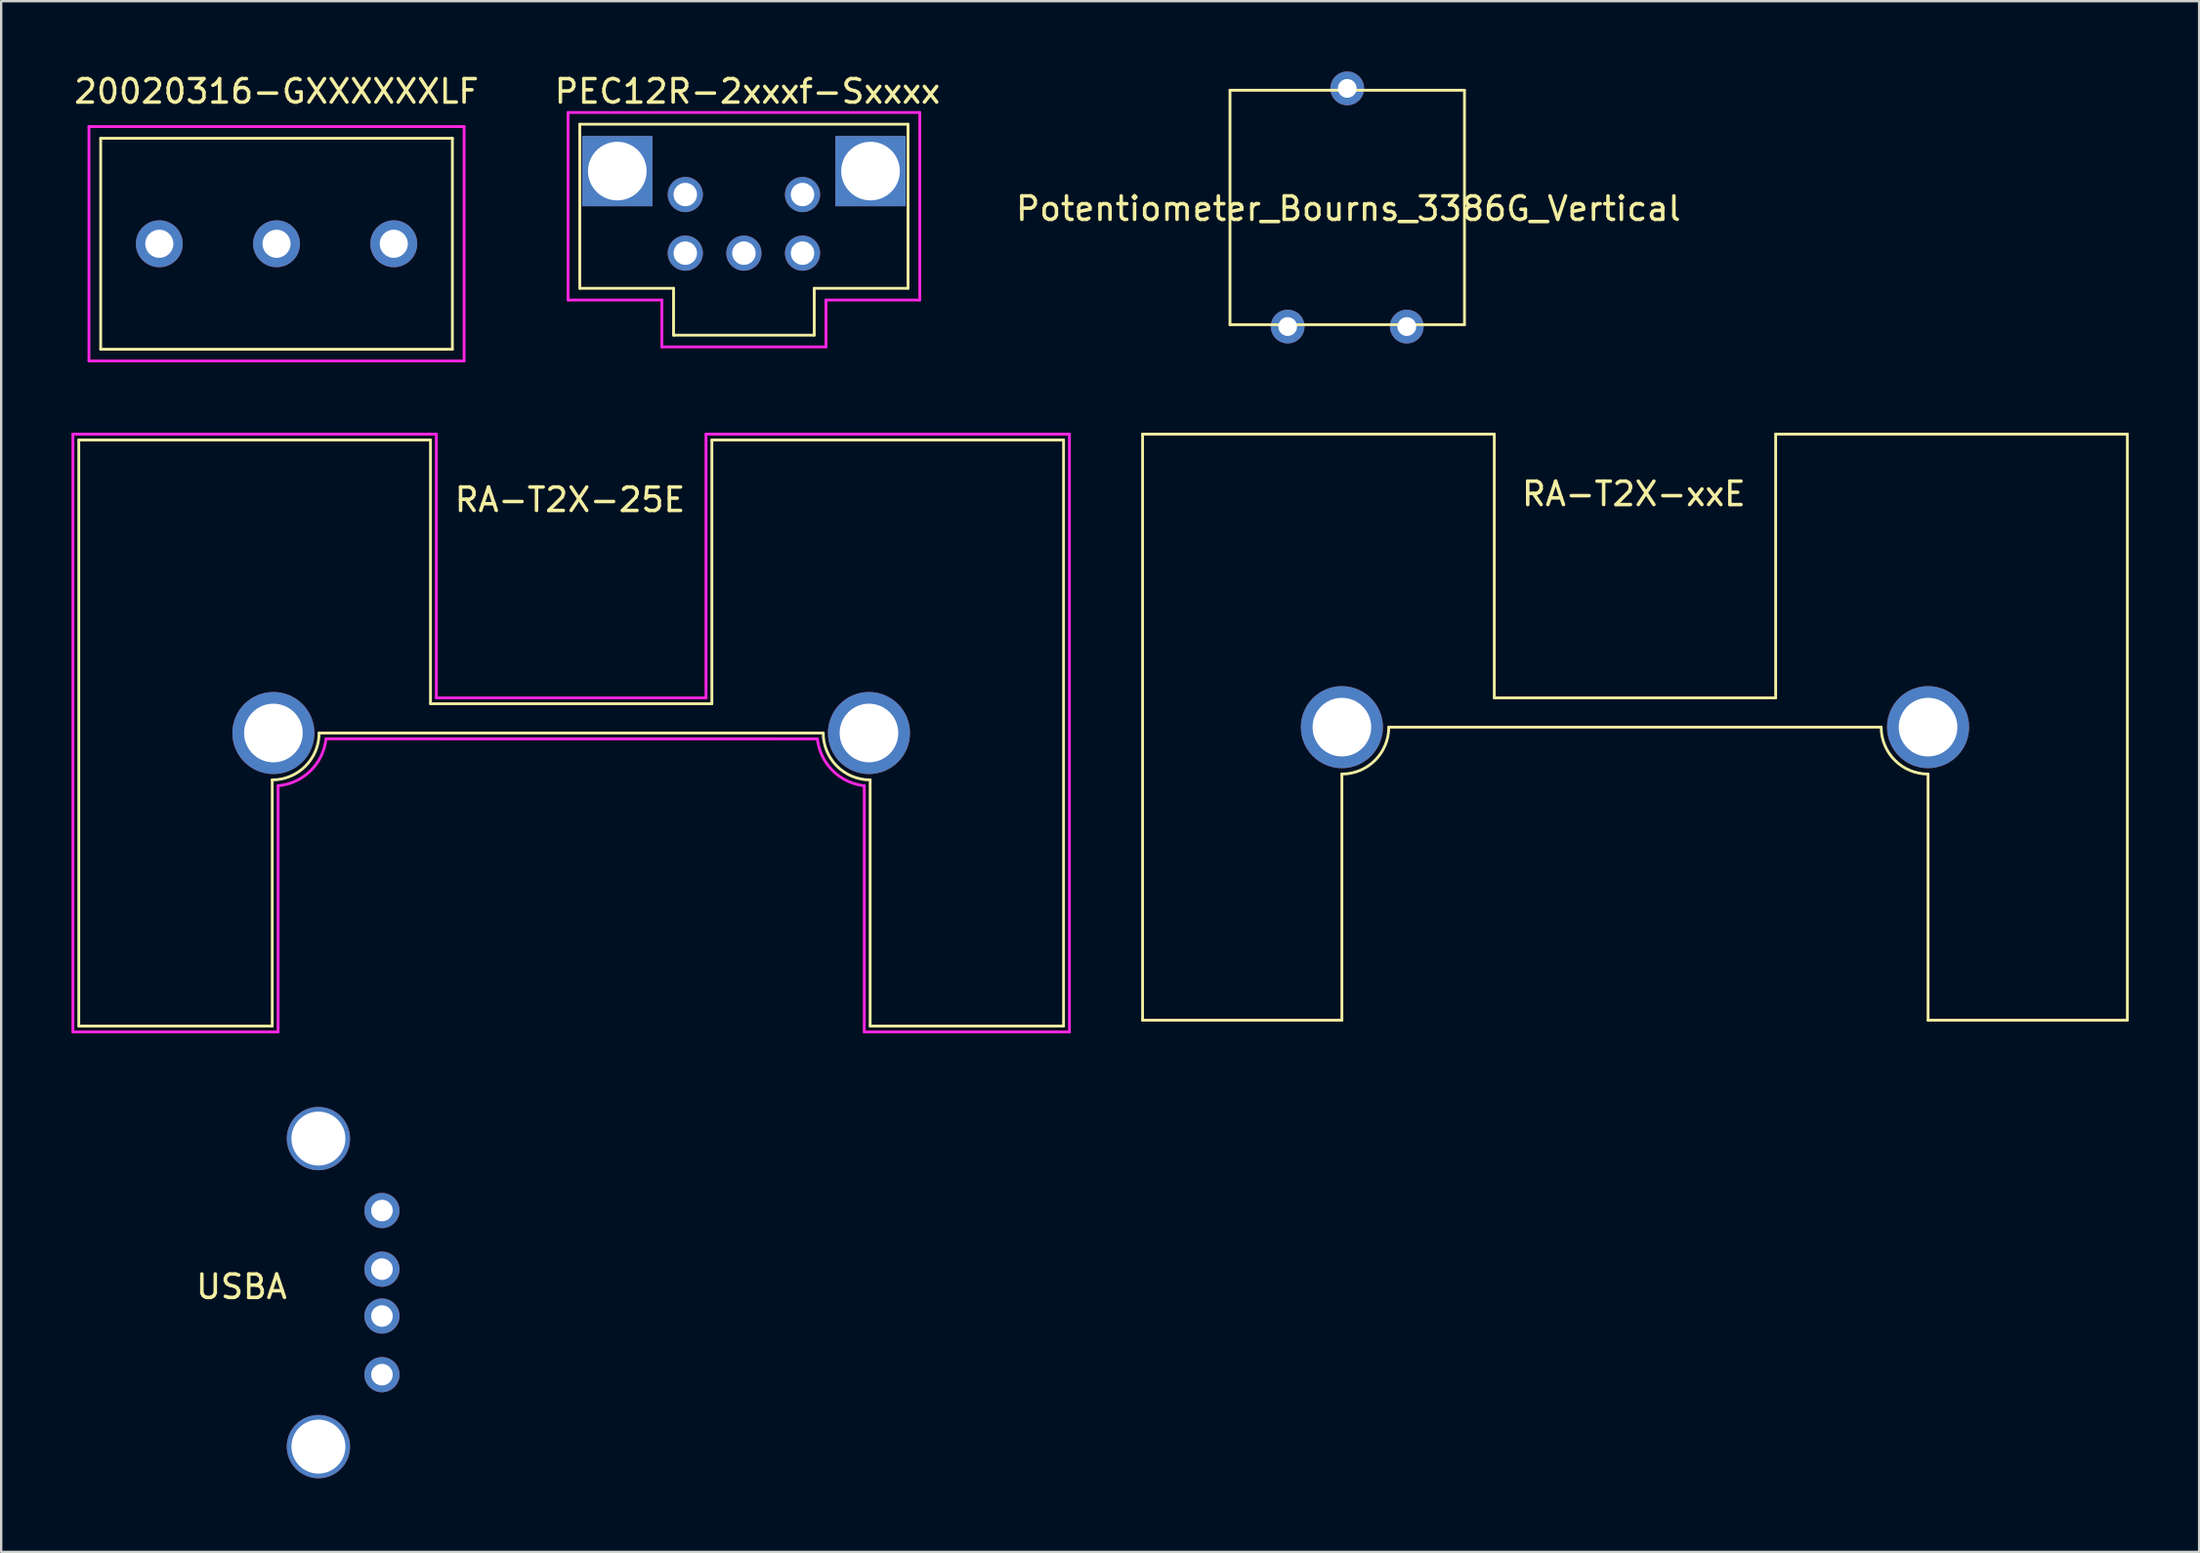
<source format=kicad_pcb>
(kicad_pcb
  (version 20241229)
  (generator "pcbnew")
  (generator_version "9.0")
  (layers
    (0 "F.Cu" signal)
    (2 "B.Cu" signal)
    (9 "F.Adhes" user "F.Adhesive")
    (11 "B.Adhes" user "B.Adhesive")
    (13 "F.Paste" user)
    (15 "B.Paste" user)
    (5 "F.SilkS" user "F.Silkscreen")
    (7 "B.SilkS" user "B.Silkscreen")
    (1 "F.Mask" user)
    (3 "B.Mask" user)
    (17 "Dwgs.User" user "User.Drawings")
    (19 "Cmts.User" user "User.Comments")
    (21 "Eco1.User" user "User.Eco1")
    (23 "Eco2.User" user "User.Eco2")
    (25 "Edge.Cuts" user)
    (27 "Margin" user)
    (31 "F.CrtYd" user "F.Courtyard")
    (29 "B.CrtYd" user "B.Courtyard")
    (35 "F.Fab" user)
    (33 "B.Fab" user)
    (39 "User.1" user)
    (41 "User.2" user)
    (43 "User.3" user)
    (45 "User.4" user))
  (footprint "Potentiometer_Bourns_3386G_Vertical"
    (layer "F.Cu")
    (at 54.408 5.8)
    (property "Reference" "Potentiometer_Bourns_3386G_Vertical" (at 0.05 0.05 0) (layer "F.SilkS") (effects (font (size 1 1) (thickness 0.15))))
    (attr through_hole)
    (fp_line (start -5 -5) (end -5 5) (stroke (width 0.12) (type solid)) (layer "F.SilkS"))
    (fp_line (start -5 -5) (end 5 -5) (stroke (width 0.12) (type solid)) (layer "F.SilkS"))
    (fp_line (start -5 5) (end 5 5) (stroke (width 0.12) (type solid)) (layer "F.SilkS"))
    (fp_line (start 5 -5) (end 5 5) (stroke (width 0.12) (type solid)) (layer "F.SilkS"))
    (pad "1" thru_hole circle (at -2.54 5.08) (size 1.44 1.44) (drill 0.8) (layers "*.Cu" "*.Mask"))
    (pad "2" thru_hole circle (at 0 -5.08) (size 1.44 1.44) (drill 0.8) (layers "*.Cu" "*.Mask"))
    (pad "3" thru_hole circle (at 2.54 5.08) (size 1.44 1.44) (drill 0.8) (layers "*.Cu" "*.Mask")))
  (footprint "PEC12R-2xxxf-Sxxxx"
    (layer "F.Cu")
    (at 28.677 4.248)
    (property "Reference" "PEC12R-2xxxf-Sxxxx" (at 0.15 -3.4 0) (layer "F.SilkS") (effects (font (size 1 1) (thickness 0.15))))
    (attr through_hole)
    (fp_line (start -7 -2) (end -7 5) (stroke (width 0.12) (type solid)) (layer "F.SilkS"))
    (fp_line (start -7 5) (end -3 5) (stroke (width 0.12) (type solid)) (layer "F.SilkS"))
    (fp_line (start -3 5) (end -3 7) (stroke (width 0.12) (type solid)) (layer "F.SilkS"))
    (fp_line (start -3 7) (end 3 7) (stroke (width 0.12) (type solid)) (layer "F.SilkS"))
    (fp_line (start 3 5) (end 7 5) (stroke (width 0.12) (type solid)) (layer "F.SilkS"))
    (fp_line (start 3 7) (end 3 5) (stroke (width 0.12) (type solid)) (layer "F.SilkS"))
    (fp_line (start 7 -2) (end -7 -2) (stroke (width 0.12) (type solid)) (layer "F.SilkS"))
    (fp_line (start 7 5) (end 7 -2) (stroke (width 0.12) (type solid)) (layer "F.SilkS"))
    (fp_line (start -7.5 -2.5) (end 7.5 -2.5) (stroke (width 0.12) (type solid)) (layer "F.CrtYd"))
    (fp_line (start -7.5 5.5) (end -7.5 -2.5) (stroke (width 0.12) (type solid)) (layer "F.CrtYd"))
    (fp_line (start -3.5 5.5) (end -7.5 5.5) (stroke (width 0.12) (type solid)) (layer "F.CrtYd"))
    (fp_line (start -3.5 7.5) (end -3.5 5.5) (stroke (width 0.12) (type solid)) (layer "F.CrtYd"))
    (fp_line (start 3.5 5.5) (end 3.5 7.5) (stroke (width 0.12) (type solid)) (layer "F.CrtYd"))
    (fp_line (start 3.5 7.5) (end -3.5 7.5) (stroke (width 0.12) (type solid)) (layer "F.CrtYd"))
    (fp_line (start 7.5 -2.5) (end 7.5 5.5) (stroke (width 0.12) (type solid)) (layer "F.CrtYd"))
    (fp_line (start 7.5 5.5) (end 3.5 5.5) (stroke (width 0.12) (type solid)) (layer "F.CrtYd"))
    (pad "" thru_hole rect (at -5.4 0) (size 3 3) (drill 2.5) (layers "*.Cu" "*.Mask"))
    (pad "" thru_hole rect (at 5.4 0) (size 3 3) (drill 2.5) (layers "*.Cu" "*.Mask"))
    (pad "A" thru_hole circle (at -2.5 3.5) (size 1.5 1.5) (drill 1) (layers "*.Cu" "*.Mask"))
    (pad "B" thru_hole circle (at 2.5 3.5) (size 1.5 1.5) (drill 1) (layers "*.Cu" "*.Mask"))
    (pad "C" thru_hole circle (at 0 3.5) (size 1.5 1.5) (drill 1) (layers "*.Cu" "*.Mask"))
    (pad "S1" thru_hole circle (at -2.5 1) (size 1.5 1.5) (drill 1) (layers "*.Cu" "*.Mask"))
    (pad "S2" thru_hole circle (at 2.5 1) (size 1.5 1.5) (drill 1) (layers "*.Cu" "*.Mask")))
  (footprint "20020316-GXXXXXXLF"
    (layer "F.Cu")
    (at 8.744 7.348)
    (property "Reference" "20020316-GXXXXXXLF" (at 0 -6.5 0) (layer "F.SilkS") (effects (font (size 1 1) (thickness 0.15))))
    (attr through_hole)
    (fp_line (start -7.5 -4.5) (end -7.5 4.5) (stroke (width 0.12) (type solid)) (layer "F.SilkS"))
    (fp_line (start -7.5 4.5) (end 7.5 4.5) (stroke (width 0.12) (type solid)) (layer "F.SilkS"))
    (fp_line (start 7.5 -4.5) (end -7.5 -4.5) (stroke (width 0.12) (type solid)) (layer "F.SilkS"))
    (fp_line (start 7.5 4.5) (end 7.5 -4.5) (stroke (width 0.12) (type solid)) (layer "F.SilkS"))
    (fp_line (start -8 -5) (end -8 5) (stroke (width 0.12) (type solid)) (layer "F.CrtYd"))
    (fp_line (start -8 5) (end 8 5) (stroke (width 0.12) (type solid)) (layer "F.CrtYd"))
    (fp_line (start 8 -5) (end -8 -5) (stroke (width 0.12) (type solid)) (layer "F.CrtYd"))
    (fp_line (start 8 5) (end 8 -5) (stroke (width 0.12) (type solid)) (layer "F.CrtYd"))
    (pad "1" thru_hole circle (at -5 0) (size 2 2) (drill 1.2) (layers "*.Cu" "*.Mask"))
    (pad "2" thru_hole circle (at 0 0) (size 2 2) (drill 1.2) (layers "*.Cu" "*.Mask"))
    (pad "3" thru_hole circle (at 5 0) (size 2 2) (drill 1.2) (layers "*.Cu" "*.Mask")))
  (footprint "USBA"
    (layer "F.Cu")
    (at 0.25 52.088)
    (property "Reference" "USBA" (at 7 -0.25 0) (layer "F.SilkS") (effects (font (size 1 1) (thickness 0.15))))
    (attr through_hole)
    (fp_line (start 0 -8) (end 0 8) (stroke (width 0.12) (type solid)) (layer "F.Mask"))
    (fp_line (start 0 8) (end 14.5 8) (stroke (width 0.12) (type solid)) (layer "F.Mask"))
    (fp_line (start 14.5 -8) (end 0 -8) (stroke (width 0.12) (type solid)) (layer "F.Mask"))
    (fp_line (start 14.5 -8) (end 14.5 8) (stroke (width 0.12) (type solid)) (layer "F.Mask"))
    (pad "1" thru_hole circle (at 12.99 -3.5) (size 1.5 1.5) (drill 0.92) (layers "*.Cu" "*.Mask"))
    (pad "2" thru_hole circle (at 12.99 -1) (size 1.5 1.5) (drill 0.92) (layers "*.Cu" "*.Mask"))
    (pad "3" thru_hole circle (at 12.99 1) (size 1.5 1.5) (drill 0.92) (layers "*.Cu" "*.Mask"))
    (pad "4" thru_hole circle (at 12.99 3.5) (size 1.5 1.5) (drill 0.92) (layers "*.Cu" "*.Mask"))
    (pad "5" thru_hole circle (at 10.28 -6.57) (size 2.7 2.7) (drill 2.3) (layers "*.Cu" "*.Mask"))
    (pad "5" thru_hole circle (at 10.28 6.57) (size 2.7 2.7) (drill 2.3) (layers "*.Cu" "*.Mask")))
  (footprint "RA-T2X-xxE"
    (layer "F.Cu")
    (at 66.68 27.968)
    (property "Reference" "RA-T2X-xxE" (at -0.05 -9.95 0) (layer "F.SilkS") (effects (font (size 1 1) (thickness 0.15))))
    (attr through_hole)
    (fp_line (start -21 -12.5) (end -21 12.5) (stroke (width 0.12) (type solid)) (layer "F.SilkS"))
    (fp_line (start -21 -12.5) (end -6 -12.5) (stroke (width 0.12) (type solid)) (layer "F.SilkS"))
    (fp_line (start -21 12.5) (end -12.5 12.5) (stroke (width 0.12) (type solid)) (layer "F.SilkS"))
    (fp_line (start -12.5 12.5) (end -12.5 2) (stroke (width 0.12) (type solid)) (layer "F.SilkS"))
    (fp_line (start -10.5 0) (end 10.5 0) (stroke (width 0.12) (type solid)) (layer "F.SilkS"))
    (fp_line (start -6 -12.5) (end -6 -1.25) (stroke (width 0.12) (type solid)) (layer "F.SilkS"))
    (fp_line (start -6 -1.25) (end 6 -1.25) (stroke (width 0.12) (type solid)) (layer "F.SilkS"))
    (fp_line (start 6 -12.5) (end 21 -12.5) (stroke (width 0.12) (type solid)) (layer "F.SilkS"))
    (fp_line (start 6 -1.25) (end 6 -12.5) (stroke (width 0.12) (type solid)) (layer "F.SilkS"))
    (fp_line (start 12.5 2) (end 12.5 12.5) (stroke (width 0.12) (type solid)) (layer "F.SilkS"))
    (fp_line (start 12.5 12.5) (end 21 12.5) (stroke (width 0.12) (type solid)) (layer "F.SilkS"))
    (fp_line (start 21 -12.5) (end 21 12.5) (stroke (width 0.12) (type solid)) (layer "F.SilkS"))
    (fp_arc (start -10.5 0) (mid -11.085786 1.414214) (end -12.5 2) (stroke (width 0.12) (type solid)) (layer "F.SilkS"))
    (fp_arc (start 12.5 2) (mid 11.085786 1.414214) (end 10.5 0) (stroke (width 0.12) (type solid)) (layer "F.SilkS"))
    (pad "" thru_hole circle (at -12.5 0) (size 3.5 3.5) (drill 2.5) (layers "*.Cu" "*.Mask"))
    (pad "" thru_hole circle (at 12.5 0) (size 3.5 3.5) (drill 2.5) (layers "*.Cu" "*.Mask")))
  (footprint "RA-T2X-25E"
    (layer "F.Cu")
    (at 21.31 28.218)
    (property "Reference" "RA-T2X-25E" (at -0.05 -9.95 0) (layer "F.SilkS") (effects (font (size 1 1) (thickness 0.15))))
    (attr through_hole)
    (fp_line (start -21 -12.5) (end -21 12.5) (stroke (width 0.12) (type solid)) (layer "F.SilkS"))
    (fp_line (start -21 -12.5) (end -6 -12.5) (stroke (width 0.12) (type solid)) (layer "F.SilkS"))
    (fp_line (start -21 12.5) (end -12.75 12.5) (stroke (width 0.12) (type solid)) (layer "F.SilkS"))
    (fp_line (start -12.75 12.5) (end -12.75 2) (stroke (width 0.12) (type solid)) (layer "F.SilkS"))
    (fp_line (start -10.75 0) (end 10.75 0) (stroke (width 0.12) (type solid)) (layer "F.SilkS"))
    (fp_line (start -6 -12.5) (end -6 -1.25) (stroke (width 0.12) (type solid)) (layer "F.SilkS"))
    (fp_line (start -6 -1.25) (end 6 -1.25) (stroke (width 0.12) (type solid)) (layer "F.SilkS"))
    (fp_line (start 6 -12.5) (end 21 -12.5) (stroke (width 0.12) (type solid)) (layer "F.SilkS"))
    (fp_line (start 6 -1.25) (end 6 -12.5) (stroke (width 0.12) (type solid)) (layer "F.SilkS"))
    (fp_line (start 12.75 2) (end 12.75 12.5) (stroke (width 0.12) (type solid)) (layer "F.SilkS"))
    (fp_line (start 12.75 12.5) (end 21 12.5) (stroke (width 0.12) (type solid)) (layer "F.SilkS"))
    (fp_line (start 21 -12.5) (end 21 12.5) (stroke (width 0.12) (type solid)) (layer "F.SilkS"))
    (fp_arc (start -10.75 0) (mid -11.335786 1.414214) (end -12.75 2) (stroke (width 0.12) (type solid)) (layer "F.SilkS"))
    (fp_arc (start 12.75 2) (mid 11.335786 1.414214) (end 10.75 0) (stroke (width 0.12) (type solid)) (layer "F.SilkS"))
    (fp_line (start -21.25 -12.75) (end -21.25 12.75) (stroke (width 0.12) (type solid)) (layer "F.CrtYd"))
    (fp_line (start -21.25 12.75) (end -12.5 12.75) (stroke (width 0.12) (type solid)) (layer "F.CrtYd"))
    (fp_line (start -12.5 12.75) (end -12.5 2.25) (stroke (width 0.12) (type solid)) (layer "F.CrtYd"))
    (fp_line (start -10.455 0.249) (end 10.5 0.25) (stroke (width 0.12) (type solid)) (layer "F.CrtYd"))
    (fp_line (start -5.75 -12.75) (end -21.25 -12.75) (stroke (width 0.12) (type solid)) (layer "F.CrtYd"))
    (fp_line (start -5.75 -1.5) (end -5.75 -12.75) (stroke (width 0.12) (type solid)) (layer "F.CrtYd"))
    (fp_line (start 5.75 -12.75) (end 5.75 -1.5) (stroke (width 0.12) (type solid)) (layer "F.CrtYd"))
    (fp_line (start 5.75 -1.5) (end -5.75 -1.5) (stroke (width 0.12) (type solid)) (layer "F.CrtYd"))
    (fp_line (start 12.5 2.25) (end 12.5 12.75) (stroke (width 0.12) (type solid)) (layer "F.CrtYd"))
    (fp_line (start 12.5 12.75) (end 21.25 12.75) (stroke (width 0.12) (type solid)) (layer "F.CrtYd"))
    (fp_line (start 21.25 -12.75) (end 5.75 -12.75) (stroke (width 0.12) (type solid)) (layer "F.CrtYd"))
    (fp_line (start 21.25 12.75) (end 21.25 -12.75) (stroke (width 0.12) (type solid)) (layer "F.CrtYd"))
    (fp_arc (start -10.454946 0.249451) (mid -11.120406 1.614737) (end -12.500001 2.249999) (stroke (width 0.12) (type solid)) (layer "F.CrtYd"))
    (fp_arc (start 12.499999 2.249999) (mid 11.149219 1.60078) (end 10.500001 0.249999) (stroke (width 0.12) (type solid)) (layer "F.CrtYd"))
    (pad "" thru_hole circle (at -12.7 0) (size 3.5 3.5) (drill 2.5) (layers "*.Cu" "*.Mask"))
    (pad "" thru_hole circle (at 12.7 0) (size 3.5 3.5) (drill 2.5) (layers "*.Cu" "*.Mask")))
  (gr_rect
    (start -3 -3)
    (end 90.74 63.148)
    (stroke (width 0.1) (type default))
    (fill no)
    (layer "Edge.Cuts")))
</source>
